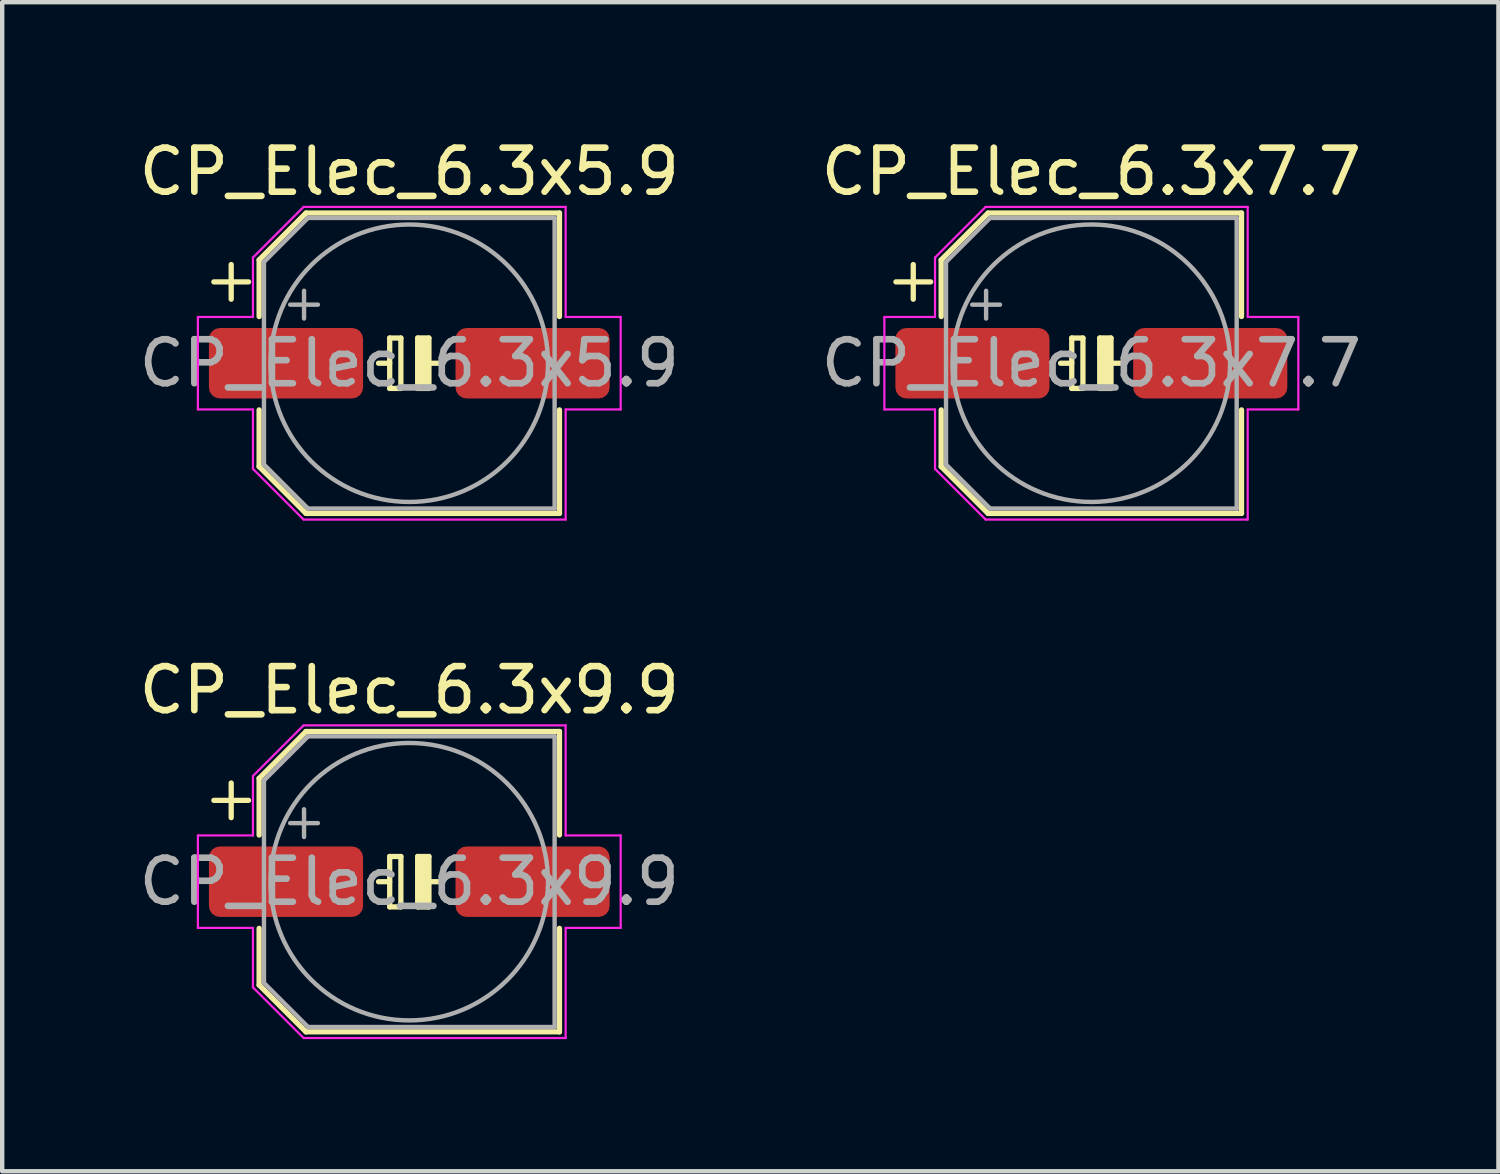
<source format=kicad_pcb>
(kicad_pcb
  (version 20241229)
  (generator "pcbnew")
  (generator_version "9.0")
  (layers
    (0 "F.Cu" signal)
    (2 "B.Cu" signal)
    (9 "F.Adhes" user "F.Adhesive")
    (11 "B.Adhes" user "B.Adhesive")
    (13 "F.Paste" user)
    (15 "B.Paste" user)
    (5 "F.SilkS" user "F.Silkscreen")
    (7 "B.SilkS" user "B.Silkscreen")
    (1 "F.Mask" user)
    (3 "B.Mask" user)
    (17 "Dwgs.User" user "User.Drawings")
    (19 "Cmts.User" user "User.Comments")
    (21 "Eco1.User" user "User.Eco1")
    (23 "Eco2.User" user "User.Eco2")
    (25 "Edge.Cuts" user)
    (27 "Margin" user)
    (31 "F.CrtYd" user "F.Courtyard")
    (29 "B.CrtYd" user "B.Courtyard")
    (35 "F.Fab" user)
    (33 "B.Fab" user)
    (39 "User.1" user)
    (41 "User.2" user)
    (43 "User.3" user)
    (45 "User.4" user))
  (footprint "CP_Elec_6.3x9.9"
    (layer "F.Cu")
    (at 6.244 16.971)
    (property "Reference" "CP_Elec_6.3x9.9" (at 0 -4.35 0) (layer "F.SilkS") (effects (font (size 1 1) (thickness 0.15))))
    (attr smd)
    (fp_line (start -4.438 -1.847) (end -3.65 -1.847) (stroke (width 0.12) (type solid)) (layer "F.SilkS"))
    (fp_line (start -4.044 -2.241) (end -4.044 -1.454) (stroke (width 0.12) (type solid)) (layer "F.SilkS"))
    (fp_line (start -3.41 -2.346) (end -3.41 -1.06) (stroke (width 0.12) (type solid)) (layer "F.SilkS"))
    (fp_line (start -3.41 -2.346) (end -2.346 -3.41) (stroke (width 0.12) (type solid)) (layer "F.SilkS"))
    (fp_line (start -3.41 2.346) (end -3.41 1.06) (stroke (width 0.12) (type solid)) (layer "F.SilkS"))
    (fp_line (start -3.41 2.346) (end -2.346 3.41) (stroke (width 0.12) (type solid)) (layer "F.SilkS"))
    (fp_line (start -2.346 -3.41) (end 3.41 -3.41) (stroke (width 0.12) (type solid)) (layer "F.SilkS"))
    (fp_line (start -2.346 3.41) (end 3.41 3.41) (stroke (width 0.12) (type solid)) (layer "F.SilkS"))
    (fp_line (start -0.445 -0.572) (end -0.191 -0.572) (stroke (width 0.12) (type solid)) (layer "F.SilkS"))
    (fp_line (start -0.445 0) (end -0.699 0) (stroke (width 0.12) (type solid)) (layer "F.SilkS"))
    (fp_line (start -0.445 0.572) (end -0.445 -0.572) (stroke (width 0.12) (type solid)) (layer "F.SilkS"))
    (fp_line (start -0.191 -0.572) (end -0.191 0.572) (stroke (width 0.12) (type solid)) (layer "F.SilkS"))
    (fp_line (start -0.191 0.572) (end -0.445 0.572) (stroke (width 0.12) (type solid)) (layer "F.SilkS"))
    (fp_line (start 0.191 -0.572) (end 0.191 -0.191) (stroke (width 0.12) (type solid)) (layer "F.SilkS"))
    (fp_line (start 0.191 -0.572) (end 0.445 -0.572) (stroke (width 0.12) (type solid)) (layer "F.SilkS"))
    (fp_line (start 0.191 -0.254) (end 0.191 0.572) (stroke (width 0.12) (type solid)) (layer "F.SilkS"))
    (fp_line (start 0.445 0) (end 0.699 0) (stroke (width 0.12) (type solid)) (layer "F.SilkS"))
    (fp_line (start 0.445 0.572) (end 0.191 0.572) (stroke (width 0.12) (type solid)) (layer "F.SilkS"))
    (fp_line (start 0.445 0.572) (end 0.445 -0.572) (stroke (width 0.12) (type solid)) (layer "F.SilkS"))
    (fp_line (start 3.41 -3.41) (end 3.41 -1.06) (stroke (width 0.12) (type solid)) (layer "F.SilkS"))
    (fp_line (start 3.41 3.41) (end 3.41 1.06) (stroke (width 0.12) (type solid)) (layer "F.SilkS"))
    (fp_poly (pts (xy 0.445 0.572) (xy 0.191 0.572) (xy 0.191 -0.572) (xy 0.445 -0.572)) (stroke (width 0.1) (type solid)) (fill yes) (layer "F.SilkS"))
    (fp_line (start -4.8 -1.05) (end -4.8 1.05) (stroke (width 0.05) (type solid)) (layer "F.CrtYd"))
    (fp_line (start -4.8 1.05) (end -3.55 1.05) (stroke (width 0.05) (type solid)) (layer "F.CrtYd"))
    (fp_line (start -3.55 -2.4) (end -3.55 -1.05) (stroke (width 0.05) (type solid)) (layer "F.CrtYd"))
    (fp_line (start -3.55 -2.4) (end -2.4 -3.55) (stroke (width 0.05) (type solid)) (layer "F.CrtYd"))
    (fp_line (start -3.55 -1.05) (end -4.8 -1.05) (stroke (width 0.05) (type solid)) (layer "F.CrtYd"))
    (fp_line (start -3.55 1.05) (end -3.55 2.4) (stroke (width 0.05) (type solid)) (layer "F.CrtYd"))
    (fp_line (start -3.55 2.4) (end -2.4 3.55) (stroke (width 0.05) (type solid)) (layer "F.CrtYd"))
    (fp_line (start -2.4 -3.55) (end 3.55 -3.55) (stroke (width 0.05) (type solid)) (layer "F.CrtYd"))
    (fp_line (start -2.4 3.55) (end 3.55 3.55) (stroke (width 0.05) (type solid)) (layer "F.CrtYd"))
    (fp_line (start 3.55 -3.55) (end 3.55 -1.05) (stroke (width 0.05) (type solid)) (layer "F.CrtYd"))
    (fp_line (start 3.55 -1.05) (end 4.8 -1.05) (stroke (width 0.05) (type solid)) (layer "F.CrtYd"))
    (fp_line (start 3.55 1.05) (end 3.55 3.55) (stroke (width 0.05) (type solid)) (layer "F.CrtYd"))
    (fp_line (start 4.8 -1.05) (end 4.8 1.05) (stroke (width 0.05) (type solid)) (layer "F.CrtYd"))
    (fp_line (start 4.8 1.05) (end 3.55 1.05) (stroke (width 0.05) (type solid)) (layer "F.CrtYd"))
    (fp_line (start -3.3 -2.3) (end -3.3 2.3) (stroke (width 0.1) (type solid)) (layer "F.Fab"))
    (fp_line (start -3.3 -2.3) (end -2.3 -3.3) (stroke (width 0.1) (type solid)) (layer "F.Fab"))
    (fp_line (start -3.3 2.3) (end -2.3 3.3) (stroke (width 0.1) (type solid)) (layer "F.Fab"))
    (fp_line (start -2.705 -1.33) (end -2.075 -1.33) (stroke (width 0.1) (type solid)) (layer "F.Fab"))
    (fp_line (start -2.39 -1.645) (end -2.39 -1.015) (stroke (width 0.1) (type solid)) (layer "F.Fab"))
    (fp_line (start -2.3 -3.3) (end 3.3 -3.3) (stroke (width 0.1) (type solid)) (layer "F.Fab"))
    (fp_line (start -2.3 3.3) (end 3.3 3.3) (stroke (width 0.1) (type solid)) (layer "F.Fab"))
    (fp_line (start 3.3 -3.3) (end 3.3 3.3) (stroke (width 0.1) (type solid)) (layer "F.Fab"))
    (fp_circle (center 0 0) (end 3.15 0) (stroke (width 0.1) (type solid)) (fill no) (layer "F.Fab"))
    (fp_text user "${REFERENCE}" (at 0 0 0) (layer "F.Fab") (effects (font (size 1 1) (thickness 0.15))))
    (pad "1" smd roundrect (at -2.8 0) (size 3.5 1.6) (layers "F.Cu" "F.Mask" "F.Paste") (roundrect_rratio 0.156))
    (pad "2" smd roundrect (at 2.8 0) (size 3.5 1.6) (layers "F.Cu" "F.Mask" "F.Paste") (roundrect_rratio 0.156)))
  (footprint "CP_Elec_6.3x7.7"
    (layer "F.Cu")
    (at 21.732 5.198)
    (property "Reference" "CP_Elec_6.3x7.7" (at 0 -4.35 0) (layer "F.SilkS") (effects (font (size 1 1) (thickness 0.15))))
    (attr smd)
    (fp_line (start -4.438 -1.847) (end -3.65 -1.847) (stroke (width 0.12) (type solid)) (layer "F.SilkS"))
    (fp_line (start -4.044 -2.241) (end -4.044 -1.454) (stroke (width 0.12) (type solid)) (layer "F.SilkS"))
    (fp_line (start -3.41 -2.346) (end -3.41 -1.06) (stroke (width 0.12) (type solid)) (layer "F.SilkS"))
    (fp_line (start -3.41 -2.346) (end -2.346 -3.41) (stroke (width 0.12) (type solid)) (layer "F.SilkS"))
    (fp_line (start -3.41 2.346) (end -3.41 1.06) (stroke (width 0.12) (type solid)) (layer "F.SilkS"))
    (fp_line (start -3.41 2.346) (end -2.346 3.41) (stroke (width 0.12) (type solid)) (layer "F.SilkS"))
    (fp_line (start -2.346 -3.41) (end 3.41 -3.41) (stroke (width 0.12) (type solid)) (layer "F.SilkS"))
    (fp_line (start -2.346 3.41) (end 3.41 3.41) (stroke (width 0.12) (type solid)) (layer "F.SilkS"))
    (fp_line (start -0.445 -0.572) (end -0.191 -0.572) (stroke (width 0.12) (type solid)) (layer "F.SilkS"))
    (fp_line (start -0.445 0) (end -0.699 0) (stroke (width 0.12) (type solid)) (layer "F.SilkS"))
    (fp_line (start -0.445 0.572) (end -0.445 -0.572) (stroke (width 0.12) (type solid)) (layer "F.SilkS"))
    (fp_line (start -0.191 -0.572) (end -0.191 0.572) (stroke (width 0.12) (type solid)) (layer "F.SilkS"))
    (fp_line (start -0.191 0.572) (end -0.445 0.572) (stroke (width 0.12) (type solid)) (layer "F.SilkS"))
    (fp_line (start 0.191 -0.572) (end 0.191 -0.191) (stroke (width 0.12) (type solid)) (layer "F.SilkS"))
    (fp_line (start 0.191 -0.572) (end 0.445 -0.572) (stroke (width 0.12) (type solid)) (layer "F.SilkS"))
    (fp_line (start 0.191 -0.254) (end 0.191 0.572) (stroke (width 0.12) (type solid)) (layer "F.SilkS"))
    (fp_line (start 0.445 0) (end 0.699 0) (stroke (width 0.12) (type solid)) (layer "F.SilkS"))
    (fp_line (start 0.445 0.572) (end 0.191 0.572) (stroke (width 0.12) (type solid)) (layer "F.SilkS"))
    (fp_line (start 0.445 0.572) (end 0.445 -0.572) (stroke (width 0.12) (type solid)) (layer "F.SilkS"))
    (fp_line (start 3.41 -3.41) (end 3.41 -1.06) (stroke (width 0.12) (type solid)) (layer "F.SilkS"))
    (fp_line (start 3.41 3.41) (end 3.41 1.06) (stroke (width 0.12) (type solid)) (layer "F.SilkS"))
    (fp_poly (pts (xy 0.445 0.572) (xy 0.191 0.572) (xy 0.191 -0.572) (xy 0.445 -0.572)) (stroke (width 0.1) (type solid)) (fill yes) (layer "F.SilkS"))
    (fp_line (start -4.7 -1.05) (end -4.7 1.05) (stroke (width 0.05) (type solid)) (layer "F.CrtYd"))
    (fp_line (start -4.7 1.05) (end -3.55 1.05) (stroke (width 0.05) (type solid)) (layer "F.CrtYd"))
    (fp_line (start -3.55 -2.4) (end -3.55 -1.05) (stroke (width 0.05) (type solid)) (layer "F.CrtYd"))
    (fp_line (start -3.55 -2.4) (end -2.4 -3.55) (stroke (width 0.05) (type solid)) (layer "F.CrtYd"))
    (fp_line (start -3.55 -1.05) (end -4.7 -1.05) (stroke (width 0.05) (type solid)) (layer "F.CrtYd"))
    (fp_line (start -3.55 1.05) (end -3.55 2.4) (stroke (width 0.05) (type solid)) (layer "F.CrtYd"))
    (fp_line (start -3.55 2.4) (end -2.4 3.55) (stroke (width 0.05) (type solid)) (layer "F.CrtYd"))
    (fp_line (start -2.4 -3.55) (end 3.55 -3.55) (stroke (width 0.05) (type solid)) (layer "F.CrtYd"))
    (fp_line (start -2.4 3.55) (end 3.55 3.55) (stroke (width 0.05) (type solid)) (layer "F.CrtYd"))
    (fp_line (start 3.55 -3.55) (end 3.55 -1.05) (stroke (width 0.05) (type solid)) (layer "F.CrtYd"))
    (fp_line (start 3.55 -1.05) (end 4.7 -1.05) (stroke (width 0.05) (type solid)) (layer "F.CrtYd"))
    (fp_line (start 3.55 1.05) (end 3.55 3.55) (stroke (width 0.05) (type solid)) (layer "F.CrtYd"))
    (fp_line (start 4.7 -1.05) (end 4.7 1.05) (stroke (width 0.05) (type solid)) (layer "F.CrtYd"))
    (fp_line (start 4.7 1.05) (end 3.55 1.05) (stroke (width 0.05) (type solid)) (layer "F.CrtYd"))
    (fp_line (start -3.3 -2.3) (end -3.3 2.3) (stroke (width 0.1) (type solid)) (layer "F.Fab"))
    (fp_line (start -3.3 -2.3) (end -2.3 -3.3) (stroke (width 0.1) (type solid)) (layer "F.Fab"))
    (fp_line (start -3.3 2.3) (end -2.3 3.3) (stroke (width 0.1) (type solid)) (layer "F.Fab"))
    (fp_line (start -2.705 -1.33) (end -2.075 -1.33) (stroke (width 0.1) (type solid)) (layer "F.Fab"))
    (fp_line (start -2.39 -1.645) (end -2.39 -1.015) (stroke (width 0.1) (type solid)) (layer "F.Fab"))
    (fp_line (start -2.3 -3.3) (end 3.3 -3.3) (stroke (width 0.1) (type solid)) (layer "F.Fab"))
    (fp_line (start -2.3 3.3) (end 3.3 3.3) (stroke (width 0.1) (type solid)) (layer "F.Fab"))
    (fp_line (start 3.3 -3.3) (end 3.3 3.3) (stroke (width 0.1) (type solid)) (layer "F.Fab"))
    (fp_circle (center 0 0) (end 3.15 0) (stroke (width 0.1) (type solid)) (fill no) (layer "F.Fab"))
    (fp_text user "${REFERENCE}" (at 0 0 0) (layer "F.Fab") (effects (font (size 1 1) (thickness 0.15))))
    (pad "1" smd roundrect (at -2.7 0) (size 3.5 1.6) (layers "F.Cu" "F.Mask" "F.Paste") (roundrect_rratio 0.156))
    (pad "2" smd roundrect (at 2.7 0) (size 3.5 1.6) (layers "F.Cu" "F.Mask" "F.Paste") (roundrect_rratio 0.156)))
  (footprint "CP_Elec_6.3x5.9"
    (layer "F.Cu")
    (at 6.244 5.198)
    (property "Reference" "CP_Elec_6.3x5.9" (at 0 -4.35 0) (layer "F.SilkS") (effects (font (size 1 1) (thickness 0.15))))
    (attr smd)
    (fp_line (start -4.438 -1.847) (end -3.65 -1.847) (stroke (width 0.12) (type solid)) (layer "F.SilkS"))
    (fp_line (start -4.044 -2.241) (end -4.044 -1.454) (stroke (width 0.12) (type solid)) (layer "F.SilkS"))
    (fp_line (start -3.41 -2.346) (end -3.41 -1.06) (stroke (width 0.12) (type solid)) (layer "F.SilkS"))
    (fp_line (start -3.41 -2.346) (end -2.346 -3.41) (stroke (width 0.12) (type solid)) (layer "F.SilkS"))
    (fp_line (start -3.41 2.346) (end -3.41 1.06) (stroke (width 0.12) (type solid)) (layer "F.SilkS"))
    (fp_line (start -3.41 2.346) (end -2.346 3.41) (stroke (width 0.12) (type solid)) (layer "F.SilkS"))
    (fp_line (start -2.346 -3.41) (end 3.41 -3.41) (stroke (width 0.12) (type solid)) (layer "F.SilkS"))
    (fp_line (start -2.346 3.41) (end 3.41 3.41) (stroke (width 0.12) (type solid)) (layer "F.SilkS"))
    (fp_line (start -0.445 -0.572) (end -0.191 -0.572) (stroke (width 0.12) (type solid)) (layer "F.SilkS"))
    (fp_line (start -0.445 0) (end -0.699 0) (stroke (width 0.12) (type solid)) (layer "F.SilkS"))
    (fp_line (start -0.445 0.572) (end -0.445 -0.572) (stroke (width 0.12) (type solid)) (layer "F.SilkS"))
    (fp_line (start -0.191 -0.572) (end -0.191 0.572) (stroke (width 0.12) (type solid)) (layer "F.SilkS"))
    (fp_line (start -0.191 0.572) (end -0.445 0.572) (stroke (width 0.12) (type solid)) (layer "F.SilkS"))
    (fp_line (start 0.191 -0.572) (end 0.191 -0.191) (stroke (width 0.12) (type solid)) (layer "F.SilkS"))
    (fp_line (start 0.191 -0.572) (end 0.445 -0.572) (stroke (width 0.12) (type solid)) (layer "F.SilkS"))
    (fp_line (start 0.191 -0.254) (end 0.191 0.572) (stroke (width 0.12) (type solid)) (layer "F.SilkS"))
    (fp_line (start 0.445 0) (end 0.699 0) (stroke (width 0.12) (type solid)) (layer "F.SilkS"))
    (fp_line (start 0.445 0.572) (end 0.191 0.572) (stroke (width 0.12) (type solid)) (layer "F.SilkS"))
    (fp_line (start 0.445 0.572) (end 0.445 -0.572) (stroke (width 0.12) (type solid)) (layer "F.SilkS"))
    (fp_line (start 3.41 -3.41) (end 3.41 -1.06) (stroke (width 0.12) (type solid)) (layer "F.SilkS"))
    (fp_line (start 3.41 3.41) (end 3.41 1.06) (stroke (width 0.12) (type solid)) (layer "F.SilkS"))
    (fp_poly (pts (xy 0.445 0.572) (xy 0.191 0.572) (xy 0.191 -0.572) (xy 0.445 -0.572)) (stroke (width 0.1) (type solid)) (fill yes) (layer "F.SilkS"))
    (fp_line (start -4.8 -1.05) (end -4.8 1.05) (stroke (width 0.05) (type solid)) (layer "F.CrtYd"))
    (fp_line (start -4.8 1.05) (end -3.55 1.05) (stroke (width 0.05) (type solid)) (layer "F.CrtYd"))
    (fp_line (start -3.55 -2.4) (end -3.55 -1.05) (stroke (width 0.05) (type solid)) (layer "F.CrtYd"))
    (fp_line (start -3.55 -2.4) (end -2.4 -3.55) (stroke (width 0.05) (type solid)) (layer "F.CrtYd"))
    (fp_line (start -3.55 -1.05) (end -4.8 -1.05) (stroke (width 0.05) (type solid)) (layer "F.CrtYd"))
    (fp_line (start -3.55 1.05) (end -3.55 2.4) (stroke (width 0.05) (type solid)) (layer "F.CrtYd"))
    (fp_line (start -3.55 2.4) (end -2.4 3.55) (stroke (width 0.05) (type solid)) (layer "F.CrtYd"))
    (fp_line (start -2.4 -3.55) (end 3.55 -3.55) (stroke (width 0.05) (type solid)) (layer "F.CrtYd"))
    (fp_line (start -2.4 3.55) (end 3.55 3.55) (stroke (width 0.05) (type solid)) (layer "F.CrtYd"))
    (fp_line (start 3.55 -3.55) (end 3.55 -1.05) (stroke (width 0.05) (type solid)) (layer "F.CrtYd"))
    (fp_line (start 3.55 -1.05) (end 4.8 -1.05) (stroke (width 0.05) (type solid)) (layer "F.CrtYd"))
    (fp_line (start 3.55 1.05) (end 3.55 3.55) (stroke (width 0.05) (type solid)) (layer "F.CrtYd"))
    (fp_line (start 4.8 -1.05) (end 4.8 1.05) (stroke (width 0.05) (type solid)) (layer "F.CrtYd"))
    (fp_line (start 4.8 1.05) (end 3.55 1.05) (stroke (width 0.05) (type solid)) (layer "F.CrtYd"))
    (fp_line (start -3.3 -2.3) (end -3.3 2.3) (stroke (width 0.1) (type solid)) (layer "F.Fab"))
    (fp_line (start -3.3 -2.3) (end -2.3 -3.3) (stroke (width 0.1) (type solid)) (layer "F.Fab"))
    (fp_line (start -3.3 2.3) (end -2.3 3.3) (stroke (width 0.1) (type solid)) (layer "F.Fab"))
    (fp_line (start -2.705 -1.33) (end -2.075 -1.33) (stroke (width 0.1) (type solid)) (layer "F.Fab"))
    (fp_line (start -2.39 -1.645) (end -2.39 -1.015) (stroke (width 0.1) (type solid)) (layer "F.Fab"))
    (fp_line (start -2.3 -3.3) (end 3.3 -3.3) (stroke (width 0.1) (type solid)) (layer "F.Fab"))
    (fp_line (start -2.3 3.3) (end 3.3 3.3) (stroke (width 0.1) (type solid)) (layer "F.Fab"))
    (fp_line (start 3.3 -3.3) (end 3.3 3.3) (stroke (width 0.1) (type solid)) (layer "F.Fab"))
    (fp_circle (center 0 0) (end 3.15 0) (stroke (width 0.1) (type solid)) (fill no) (layer "F.Fab"))
    (fp_text user "${REFERENCE}" (at 0 0 0) (layer "F.Fab") (effects (font (size 1 1) (thickness 0.15))))
    (pad "1" smd roundrect (at -2.8 0) (size 3.5 1.6) (layers "F.Cu" "F.Mask" "F.Paste") (roundrect_rratio 0.156))
    (pad "2" smd roundrect (at 2.8 0) (size 3.5 1.6) (layers "F.Cu" "F.Mask" "F.Paste") (roundrect_rratio 0.156)))
  (gr_rect
    (start -3 -3)
    (end 30.976 23.547)
    (stroke (width 0.1) (type default))
    (fill no)
    (layer "Edge.Cuts")))
</source>
